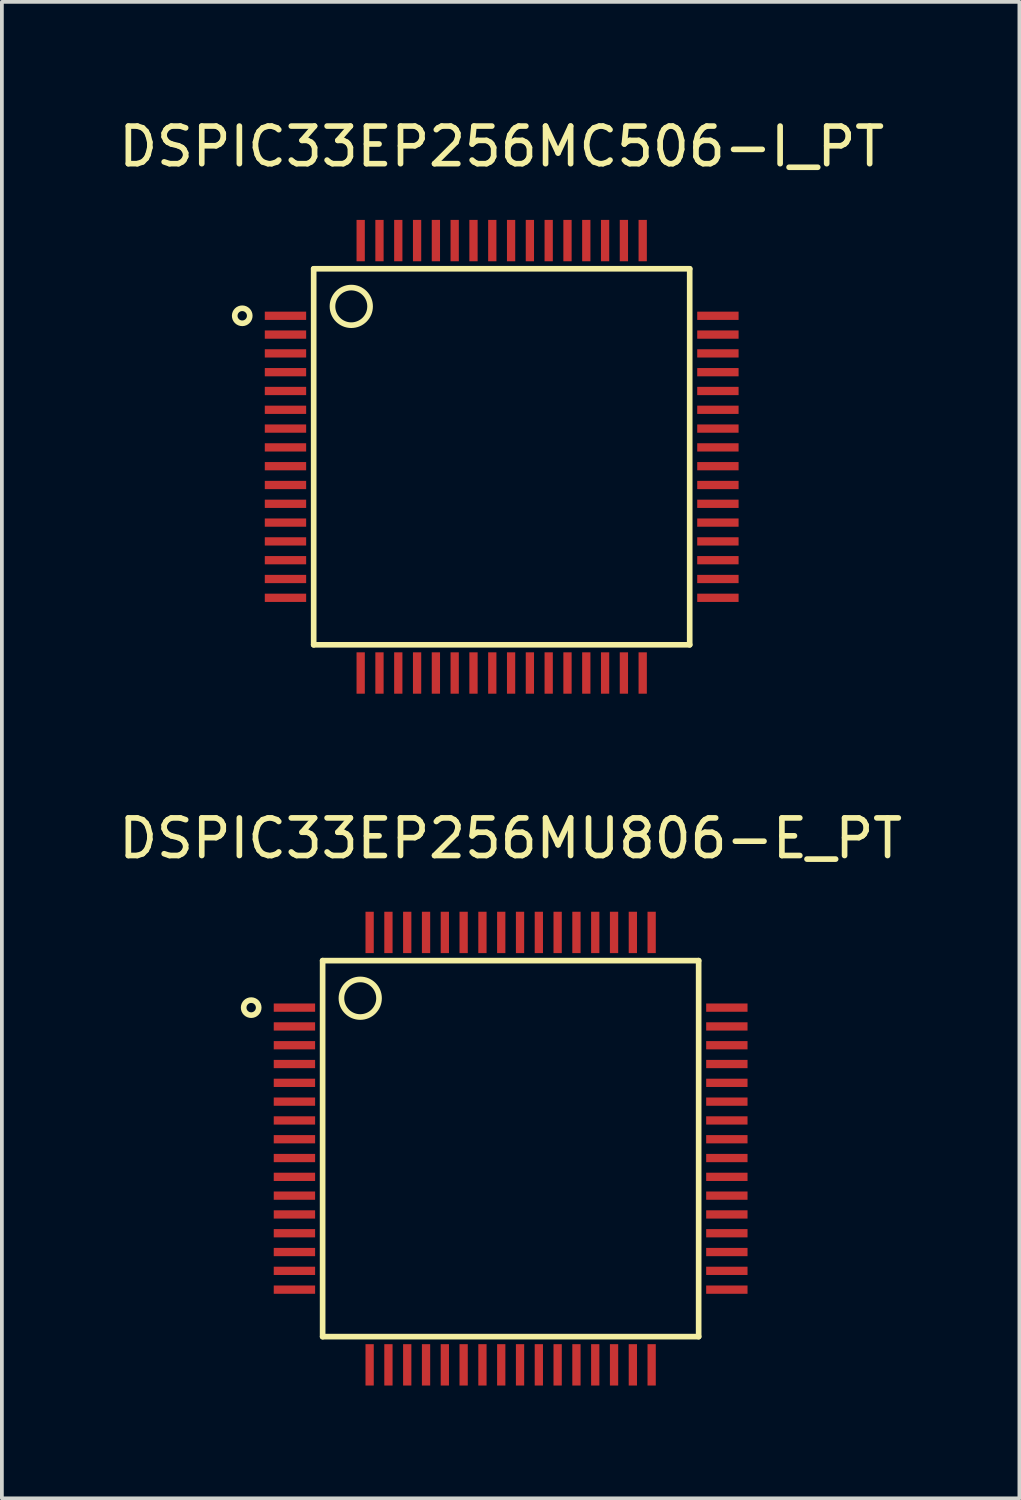
<source format=kicad_pcb>
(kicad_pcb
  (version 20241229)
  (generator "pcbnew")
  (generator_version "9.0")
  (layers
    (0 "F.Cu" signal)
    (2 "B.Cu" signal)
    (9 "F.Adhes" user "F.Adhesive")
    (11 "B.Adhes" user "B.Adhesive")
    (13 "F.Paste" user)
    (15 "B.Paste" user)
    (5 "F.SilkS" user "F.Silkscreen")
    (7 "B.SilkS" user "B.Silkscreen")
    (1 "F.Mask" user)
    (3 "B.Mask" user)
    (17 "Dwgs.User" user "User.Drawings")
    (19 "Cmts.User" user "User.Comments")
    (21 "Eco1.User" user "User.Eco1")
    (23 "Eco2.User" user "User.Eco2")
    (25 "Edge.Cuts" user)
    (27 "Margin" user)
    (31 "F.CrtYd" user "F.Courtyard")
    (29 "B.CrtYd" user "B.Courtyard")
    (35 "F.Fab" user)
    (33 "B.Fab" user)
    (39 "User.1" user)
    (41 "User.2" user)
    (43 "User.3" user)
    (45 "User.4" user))
  (footprint "DSPIC33EP256MC506-I_PT"
    (layer "F.Cu")
    (at 4.542 3.348)
    (property "Reference" "DSPIC33EP256MC506-I_PT" (at 5.75 -2.5 0) (layer "F.SilkS") (effects (font (size 1 1) (thickness 0.15))))
    (attr through_hole)
    (fp_line (start 0.75 0.75) (end 0.75 10.75) (stroke (width 0.15) (type solid)) (layer "F.SilkS"))
    (fp_line (start 0.75 0.75) (end 10.75 0.75) (stroke (width 0.15) (type solid)) (layer "F.SilkS"))
    (fp_line (start 0.75 10.75) (end 10.75 10.75) (stroke (width 0.15) (type solid)) (layer "F.SilkS"))
    (fp_line (start 10.75 10.75) (end 10.75 0.75) (stroke (width 0.15) (type solid)) (layer "F.SilkS"))
    (fp_circle (center -1.15 2) (end -1.15 1.8) (stroke (width 0.15) (type solid)) (fill no) (layer "F.SilkS"))
    (fp_circle (center 1.75 1.75) (end 1.75 1.25) (stroke (width 0.15) (type solid)) (fill no) (layer "F.SilkS"))
    (pad "1" smd rect (at 0 2) (size 1.1 0.22) (layers "F.Cu" "F.Mask" "F.Paste"))
    (pad "2" smd rect (at 0 2.5) (size 1.1 0.22) (layers "F.Cu" "F.Mask" "F.Paste"))
    (pad "3" smd rect (at 0 3) (size 1.1 0.22) (layers "F.Cu" "F.Mask" "F.Paste"))
    (pad "4" smd rect (at 0 3.5) (size 1.1 0.22) (layers "F.Cu" "F.Mask" "F.Paste"))
    (pad "5" smd rect (at 0 4) (size 1.1 0.22) (layers "F.Cu" "F.Mask" "F.Paste"))
    (pad "6" smd rect (at 0 4.5) (size 1.1 0.22) (layers "F.Cu" "F.Mask" "F.Paste"))
    (pad "7" smd rect (at 0 5) (size 1.1 0.22) (layers "F.Cu" "F.Mask" "F.Paste"))
    (pad "8" smd rect (at 0 5.5) (size 1.1 0.22) (layers "F.Cu" "F.Mask" "F.Paste"))
    (pad "9" smd rect (at 0 6) (size 1.1 0.22) (layers "F.Cu" "F.Mask" "F.Paste"))
    (pad "10" smd rect (at 0 6.5) (size 1.1 0.22) (layers "F.Cu" "F.Mask" "F.Paste"))
    (pad "11" smd rect (at 0 7) (size 1.1 0.22) (layers "F.Cu" "F.Mask" "F.Paste"))
    (pad "12" smd rect (at 0 7.5) (size 1.1 0.22) (layers "F.Cu" "F.Mask" "F.Paste"))
    (pad "13" smd rect (at 0 8) (size 1.1 0.22) (layers "F.Cu" "F.Mask" "F.Paste"))
    (pad "14" smd rect (at 0 8.5) (size 1.1 0.22) (layers "F.Cu" "F.Mask" "F.Paste"))
    (pad "15" smd rect (at 0 9) (size 1.1 0.22) (layers "F.Cu" "F.Mask" "F.Paste"))
    (pad "16" smd rect (at 0 9.5) (size 1.1 0.22) (layers "F.Cu" "F.Mask" "F.Paste"))
    (pad "17" smd rect (at 2 11.5) (size 0.22 1.1) (layers "F.Cu" "F.Mask" "F.Paste"))
    (pad "18" smd rect (at 2.5 11.5) (size 0.22 1.1) (layers "F.Cu" "F.Mask" "F.Paste"))
    (pad "19" smd rect (at 3 11.5) (size 0.22 1.1) (layers "F.Cu" "F.Mask" "F.Paste"))
    (pad "20" smd rect (at 3.5 11.5) (size 0.22 1.1) (layers "F.Cu" "F.Mask" "F.Paste"))
    (pad "21" smd rect (at 4 11.5) (size 0.22 1.1) (layers "F.Cu" "F.Mask" "F.Paste"))
    (pad "22" smd rect (at 4.5 11.5) (size 0.22 1.1) (layers "F.Cu" "F.Mask" "F.Paste"))
    (pad "23" smd rect (at 5 11.5) (size 0.22 1.1) (layers "F.Cu" "F.Mask" "F.Paste"))
    (pad "24" smd rect (at 5.5 11.5) (size 0.22 1.1) (layers "F.Cu" "F.Mask" "F.Paste"))
    (pad "25" smd rect (at 6 11.5) (size 0.22 1.1) (layers "F.Cu" "F.Mask" "F.Paste"))
    (pad "26" smd rect (at 6.5 11.5) (size 0.22 1.1) (layers "F.Cu" "F.Mask" "F.Paste"))
    (pad "27" smd rect (at 7 11.5) (size 0.22 1.1) (layers "F.Cu" "F.Mask" "F.Paste"))
    (pad "28" smd rect (at 7.5 11.5) (size 0.22 1.1) (layers "F.Cu" "F.Mask" "F.Paste"))
    (pad "29" smd rect (at 8 11.5) (size 0.22 1.1) (layers "F.Cu" "F.Mask" "F.Paste"))
    (pad "30" smd rect (at 8.5 11.5) (size 0.22 1.1) (layers "F.Cu" "F.Mask" "F.Paste"))
    (pad "31" smd rect (at 9 11.5) (size 0.22 1.1) (layers "F.Cu" "F.Mask" "F.Paste"))
    (pad "32" smd rect (at 9.5 11.5) (size 0.22 1.1) (layers "F.Cu" "F.Mask" "F.Paste"))
    (pad "33" smd rect (at 11.5 9.5) (size 1.1 0.22) (layers "F.Cu" "F.Mask" "F.Paste"))
    (pad "34" smd rect (at 11.5 9) (size 1.1 0.22) (layers "F.Cu" "F.Mask" "F.Paste"))
    (pad "35" smd rect (at 11.5 8.5) (size 1.1 0.22) (layers "F.Cu" "F.Mask" "F.Paste"))
    (pad "36" smd rect (at 11.5 8) (size 1.1 0.22) (layers "F.Cu" "F.Mask" "F.Paste"))
    (pad "37" smd rect (at 11.5 7.5) (size 1.1 0.22) (layers "F.Cu" "F.Mask" "F.Paste"))
    (pad "38" smd rect (at 11.5 7) (size 1.1 0.22) (layers "F.Cu" "F.Mask" "F.Paste"))
    (pad "39" smd rect (at 11.5 6.5) (size 1.1 0.22) (layers "F.Cu" "F.Mask" "F.Paste"))
    (pad "40" smd rect (at 11.5 6) (size 1.1 0.22) (layers "F.Cu" "F.Mask" "F.Paste"))
    (pad "41" smd rect (at 11.5 5.5) (size 1.1 0.22) (layers "F.Cu" "F.Mask" "F.Paste"))
    (pad "42" smd rect (at 11.5 5) (size 1.1 0.22) (layers "F.Cu" "F.Mask" "F.Paste"))
    (pad "43" smd rect (at 11.5 4.5) (size 1.1 0.22) (layers "F.Cu" "F.Mask" "F.Paste"))
    (pad "44" smd rect (at 11.5 4) (size 1.1 0.22) (layers "F.Cu" "F.Mask" "F.Paste"))
    (pad "45" smd rect (at 11.5 3.5) (size 1.1 0.22) (layers "F.Cu" "F.Mask" "F.Paste"))
    (pad "46" smd rect (at 11.5 3) (size 1.1 0.22) (layers "F.Cu" "F.Mask" "F.Paste"))
    (pad "47" smd rect (at 11.5 2.5) (size 1.1 0.22) (layers "F.Cu" "F.Mask" "F.Paste"))
    (pad "48" smd rect (at 11.5 2) (size 1.1 0.22) (layers "F.Cu" "F.Mask" "F.Paste"))
    (pad "49" smd rect (at 9.5 0) (size 0.22 1.1) (layers "F.Cu" "F.Mask" "F.Paste"))
    (pad "50" smd rect (at 9 0) (size 0.22 1.1) (layers "F.Cu" "F.Mask" "F.Paste"))
    (pad "51" smd rect (at 8.5 0) (size 0.22 1.1) (layers "F.Cu" "F.Mask" "F.Paste"))
    (pad "52" smd rect (at 8 0) (size 0.22 1.1) (layers "F.Cu" "F.Mask" "F.Paste"))
    (pad "53" smd rect (at 7.5 0) (size 0.22 1.1) (layers "F.Cu" "F.Mask" "F.Paste"))
    (pad "54" smd rect (at 7 0) (size 0.22 1.1) (layers "F.Cu" "F.Mask" "F.Paste"))
    (pad "55" smd rect (at 6.5 0) (size 0.22 1.1) (layers "F.Cu" "F.Mask" "F.Paste"))
    (pad "56" smd rect (at 6 0) (size 0.22 1.1) (layers "F.Cu" "F.Mask" "F.Paste"))
    (pad "57" smd rect (at 5.5 0) (size 0.22 1.1) (layers "F.Cu" "F.Mask" "F.Paste"))
    (pad "58" smd rect (at 5 0) (size 0.22 1.1) (layers "F.Cu" "F.Mask" "F.Paste"))
    (pad "59" smd rect (at 4.5 0) (size 0.22 1.1) (layers "F.Cu" "F.Mask" "F.Paste"))
    (pad "60" smd rect (at 4 0) (size 0.22 1.1) (layers "F.Cu" "F.Mask" "F.Paste"))
    (pad "61" smd rect (at 3.5 0) (size 0.22 1.1) (layers "F.Cu" "F.Mask" "F.Paste"))
    (pad "62" smd rect (at 3 0) (size 0.22 1.1) (layers "F.Cu" "F.Mask" "F.Paste"))
    (pad "63" smd rect (at 2.5 0) (size 0.22 1.1) (layers "F.Cu" "F.Mask" "F.Paste"))
    (pad "64" smd rect (at 2 0) (size 0.22 1.1) (layers "F.Cu" "F.Mask" "F.Paste")))
  (footprint "DSPIC33EP256MU806-E_PT"
    (layer "F.Cu")
    (at 4.78 21.747)
    (property "Reference" "DSPIC33EP256MU806-E_PT" (at 5.75 -2.5 0) (layer "F.SilkS") (effects (font (size 1 1) (thickness 0.15))))
    (attr through_hole)
    (fp_line (start 0.75 0.75) (end 0.75 10.75) (stroke (width 0.15) (type solid)) (layer "F.SilkS"))
    (fp_line (start 0.75 0.75) (end 10.75 0.75) (stroke (width 0.15) (type solid)) (layer "F.SilkS"))
    (fp_line (start 0.75 10.75) (end 10.75 10.75) (stroke (width 0.15) (type solid)) (layer "F.SilkS"))
    (fp_line (start 10.75 10.75) (end 10.75 0.75) (stroke (width 0.15) (type solid)) (layer "F.SilkS"))
    (fp_circle (center -1.15 2) (end -1.15 1.8) (stroke (width 0.15) (type solid)) (fill no) (layer "F.SilkS"))
    (fp_circle (center 1.75 1.75) (end 1.75 1.25) (stroke (width 0.15) (type solid)) (fill no) (layer "F.SilkS"))
    (pad "1" smd rect (at 0 2) (size 1.1 0.22) (layers "F.Cu" "F.Mask" "F.Paste"))
    (pad "2" smd rect (at 0 2.5) (size 1.1 0.22) (layers "F.Cu" "F.Mask" "F.Paste"))
    (pad "3" smd rect (at 0 3) (size 1.1 0.22) (layers "F.Cu" "F.Mask" "F.Paste"))
    (pad "4" smd rect (at 0 3.5) (size 1.1 0.22) (layers "F.Cu" "F.Mask" "F.Paste"))
    (pad "5" smd rect (at 0 4) (size 1.1 0.22) (layers "F.Cu" "F.Mask" "F.Paste"))
    (pad "6" smd rect (at 0 4.5) (size 1.1 0.22) (layers "F.Cu" "F.Mask" "F.Paste"))
    (pad "7" smd rect (at 0 5) (size 1.1 0.22) (layers "F.Cu" "F.Mask" "F.Paste"))
    (pad "8" smd rect (at 0 5.5) (size 1.1 0.22) (layers "F.Cu" "F.Mask" "F.Paste"))
    (pad "9" smd rect (at 0 6) (size 1.1 0.22) (layers "F.Cu" "F.Mask" "F.Paste"))
    (pad "10" smd rect (at 0 6.5) (size 1.1 0.22) (layers "F.Cu" "F.Mask" "F.Paste"))
    (pad "11" smd rect (at 0 7) (size 1.1 0.22) (layers "F.Cu" "F.Mask" "F.Paste"))
    (pad "12" smd rect (at 0 7.5) (size 1.1 0.22) (layers "F.Cu" "F.Mask" "F.Paste"))
    (pad "13" smd rect (at 0 8) (size 1.1 0.22) (layers "F.Cu" "F.Mask" "F.Paste"))
    (pad "14" smd rect (at 0 8.5) (size 1.1 0.22) (layers "F.Cu" "F.Mask" "F.Paste"))
    (pad "15" smd rect (at 0 9) (size 1.1 0.22) (layers "F.Cu" "F.Mask" "F.Paste"))
    (pad "16" smd rect (at 0 9.5) (size 1.1 0.22) (layers "F.Cu" "F.Mask" "F.Paste"))
    (pad "17" smd rect (at 2 11.5) (size 0.22 1.1) (layers "F.Cu" "F.Mask" "F.Paste"))
    (pad "18" smd rect (at 2.5 11.5) (size 0.22 1.1) (layers "F.Cu" "F.Mask" "F.Paste"))
    (pad "19" smd rect (at 3 11.5) (size 0.22 1.1) (layers "F.Cu" "F.Mask" "F.Paste"))
    (pad "20" smd rect (at 3.5 11.5) (size 0.22 1.1) (layers "F.Cu" "F.Mask" "F.Paste"))
    (pad "21" smd rect (at 4 11.5) (size 0.22 1.1) (layers "F.Cu" "F.Mask" "F.Paste"))
    (pad "22" smd rect (at 4.5 11.5) (size 0.22 1.1) (layers "F.Cu" "F.Mask" "F.Paste"))
    (pad "23" smd rect (at 5 11.5) (size 0.22 1.1) (layers "F.Cu" "F.Mask" "F.Paste"))
    (pad "24" smd rect (at 5.5 11.5) (size 0.22 1.1) (layers "F.Cu" "F.Mask" "F.Paste"))
    (pad "25" smd rect (at 6 11.5) (size 0.22 1.1) (layers "F.Cu" "F.Mask" "F.Paste"))
    (pad "26" smd rect (at 6.5 11.5) (size 0.22 1.1) (layers "F.Cu" "F.Mask" "F.Paste"))
    (pad "27" smd rect (at 7 11.5) (size 0.22 1.1) (layers "F.Cu" "F.Mask" "F.Paste"))
    (pad "28" smd rect (at 7.5 11.5) (size 0.22 1.1) (layers "F.Cu" "F.Mask" "F.Paste"))
    (pad "29" smd rect (at 8 11.5) (size 0.22 1.1) (layers "F.Cu" "F.Mask" "F.Paste"))
    (pad "30" smd rect (at 8.5 11.5) (size 0.22 1.1) (layers "F.Cu" "F.Mask" "F.Paste"))
    (pad "31" smd rect (at 9 11.5) (size 0.22 1.1) (layers "F.Cu" "F.Mask" "F.Paste"))
    (pad "32" smd rect (at 9.5 11.5) (size 0.22 1.1) (layers "F.Cu" "F.Mask" "F.Paste"))
    (pad "33" smd rect (at 11.5 9.5) (size 1.1 0.22) (layers "F.Cu" "F.Mask" "F.Paste"))
    (pad "34" smd rect (at 11.5 9) (size 1.1 0.22) (layers "F.Cu" "F.Mask" "F.Paste"))
    (pad "35" smd rect (at 11.5 8.5) (size 1.1 0.22) (layers "F.Cu" "F.Mask" "F.Paste"))
    (pad "36" smd rect (at 11.5 8) (size 1.1 0.22) (layers "F.Cu" "F.Mask" "F.Paste"))
    (pad "37" smd rect (at 11.5 7.5) (size 1.1 0.22) (layers "F.Cu" "F.Mask" "F.Paste"))
    (pad "38" smd rect (at 11.5 7) (size 1.1 0.22) (layers "F.Cu" "F.Mask" "F.Paste"))
    (pad "39" smd rect (at 11.5 6.5) (size 1.1 0.22) (layers "F.Cu" "F.Mask" "F.Paste"))
    (pad "40" smd rect (at 11.5 6) (size 1.1 0.22) (layers "F.Cu" "F.Mask" "F.Paste"))
    (pad "41" smd rect (at 11.5 5.5) (size 1.1 0.22) (layers "F.Cu" "F.Mask" "F.Paste"))
    (pad "42" smd rect (at 11.5 5) (size 1.1 0.22) (layers "F.Cu" "F.Mask" "F.Paste"))
    (pad "43" smd rect (at 11.5 4.5) (size 1.1 0.22) (layers "F.Cu" "F.Mask" "F.Paste"))
    (pad "44" smd rect (at 11.5 4) (size 1.1 0.22) (layers "F.Cu" "F.Mask" "F.Paste"))
    (pad "45" smd rect (at 11.5 3.5) (size 1.1 0.22) (layers "F.Cu" "F.Mask" "F.Paste"))
    (pad "46" smd rect (at 11.5 3) (size 1.1 0.22) (layers "F.Cu" "F.Mask" "F.Paste"))
    (pad "47" smd rect (at 11.5 2.5) (size 1.1 0.22) (layers "F.Cu" "F.Mask" "F.Paste"))
    (pad "48" smd rect (at 11.5 2) (size 1.1 0.22) (layers "F.Cu" "F.Mask" "F.Paste"))
    (pad "49" smd rect (at 9.5 0) (size 0.22 1.1) (layers "F.Cu" "F.Mask" "F.Paste"))
    (pad "50" smd rect (at 9 0) (size 0.22 1.1) (layers "F.Cu" "F.Mask" "F.Paste"))
    (pad "51" smd rect (at 8.5 0) (size 0.22 1.1) (layers "F.Cu" "F.Mask" "F.Paste"))
    (pad "52" smd rect (at 8 0) (size 0.22 1.1) (layers "F.Cu" "F.Mask" "F.Paste"))
    (pad "53" smd rect (at 7.5 0) (size 0.22 1.1) (layers "F.Cu" "F.Mask" "F.Paste"))
    (pad "54" smd rect (at 7 0) (size 0.22 1.1) (layers "F.Cu" "F.Mask" "F.Paste"))
    (pad "55" smd rect (at 6.5 0) (size 0.22 1.1) (layers "F.Cu" "F.Mask" "F.Paste"))
    (pad "56" smd rect (at 6 0) (size 0.22 1.1) (layers "F.Cu" "F.Mask" "F.Paste"))
    (pad "57" smd rect (at 5.5 0) (size 0.22 1.1) (layers "F.Cu" "F.Mask" "F.Paste"))
    (pad "58" smd rect (at 5 0) (size 0.22 1.1) (layers "F.Cu" "F.Mask" "F.Paste"))
    (pad "59" smd rect (at 4.5 0) (size 0.22 1.1) (layers "F.Cu" "F.Mask" "F.Paste"))
    (pad "60" smd rect (at 4 0) (size 0.22 1.1) (layers "F.Cu" "F.Mask" "F.Paste"))
    (pad "61" smd rect (at 3.5 0) (size 0.22 1.1) (layers "F.Cu" "F.Mask" "F.Paste"))
    (pad "62" smd rect (at 3 0) (size 0.22 1.1) (layers "F.Cu" "F.Mask" "F.Paste"))
    (pad "63" smd rect (at 2.5 0) (size 0.22 1.1) (layers "F.Cu" "F.Mask" "F.Paste"))
    (pad "64" smd rect (at 2 0) (size 0.22 1.1) (layers "F.Cu" "F.Mask" "F.Paste")))
  (gr_rect
    (start -3 -3)
    (end 24.06 36.797)
    (stroke (width 0.1) (type default))
    (fill no)
    (layer "Edge.Cuts")))
</source>
